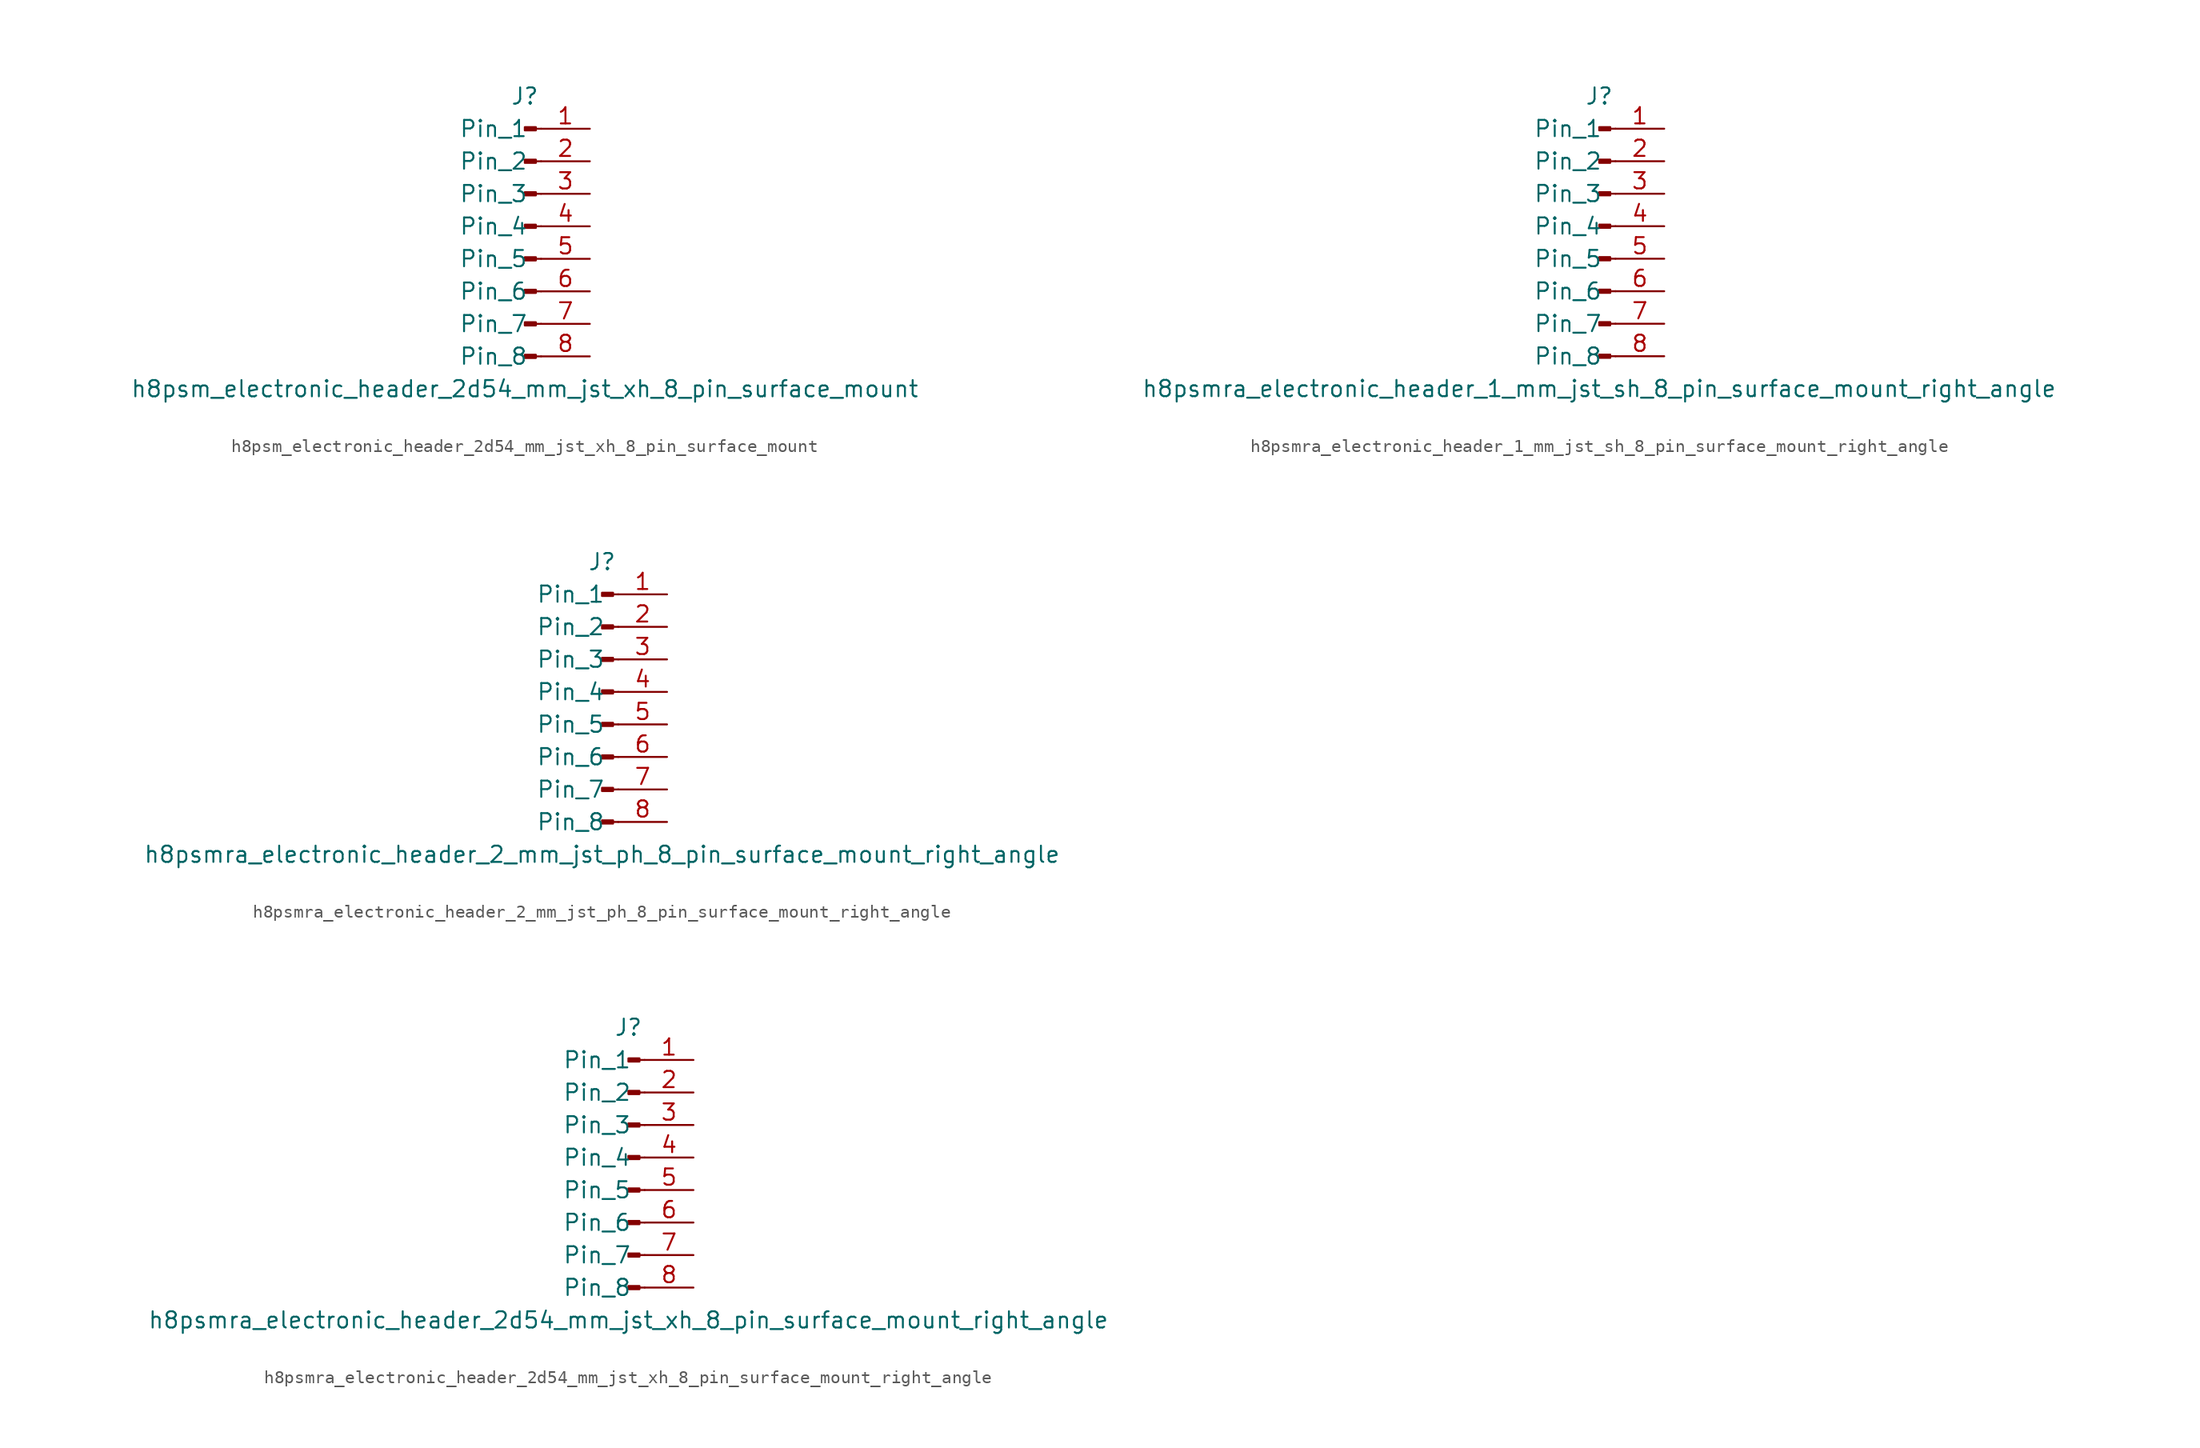
<source format=kicad_sym>
(kicad_symbol_lib
  (version 20220914)
  (generator kicad_symbol_editor)
  (symbol "h8psm_electronic_header_2d54_mm_jst_xh_8_pin_surface_mount"
    (pin_names
      (offset 1.016))
    (property "Reference" "J"
      (at 0 10.16 0)
      (effects (font (size 1.27 1.27))))
    (property "Value" "h8psm_electronic_header_2d54_mm_jst_xh_8_pin_surface_mount"
      (at 0 -12.7 0)
      (effects (font (size 1.27 1.27))))
    (property "ki_locked" ""
      (at 0 0 0)
      (effects (font (size 1.27 1.27))))
    (symbol "h8psm_electronic_header_2d54_mm_jst_xh_8_pin_surface_mount_1_1"
      (polyline (pts (xy 1.27 -10.16) (xy 0.864 -10.16)) (stroke (width 0.152) (type default)) (fill (type none)))
      (polyline (pts (xy 1.27 -7.62) (xy 0.864 -7.62)) (stroke (width 0.152) (type default)) (fill (type none)))
      (polyline (pts (xy 1.27 -5.08) (xy 0.864 -5.08)) (stroke (width 0.152) (type default)) (fill (type none)))
      (polyline (pts (xy 1.27 -2.54) (xy 0.864 -2.54)) (stroke (width 0.152) (type default)) (fill (type none)))
      (polyline (pts (xy 1.27 0) (xy 0.864 0)) (stroke (width 0.152) (type default)) (fill (type none)))
      (polyline (pts (xy 1.27 2.54) (xy 0.864 2.54)) (stroke (width 0.152) (type default)) (fill (type none)))
      (polyline (pts (xy 1.27 5.08) (xy 0.864 5.08)) (stroke (width 0.152) (type default)) (fill (type none)))
      (polyline (pts (xy 1.27 7.62) (xy 0.864 7.62)) (stroke (width 0.152) (type default)) (fill (type none)))
      (rectangle (start 0.864 -10.033) (end 0 -10.287) (stroke (width 0.152) (type default)) (fill (type outline)))
      (rectangle (start 0.864 -7.493) (end 0 -7.747) (stroke (width 0.152) (type default)) (fill (type outline)))
      (rectangle (start 0.864 -4.953) (end 0 -5.207) (stroke (width 0.152) (type default)) (fill (type outline)))
      (rectangle (start 0.864 -2.413) (end 0 -2.667) (stroke (width 0.152) (type default)) (fill (type outline)))
      (rectangle (start 0.864 0.127) (end 0 -0.127) (stroke (width 0.152) (type default)) (fill (type outline)))
      (rectangle (start 0.864 2.667) (end 0 2.413) (stroke (width 0.152) (type default)) (fill (type outline)))
      (rectangle (start 0.864 5.207) (end 0 4.953) (stroke (width 0.152) (type default)) (fill (type outline)))
      (rectangle (start 0.864 7.747) (end 0 7.493) (stroke (width 0.152) (type default)) (fill (type outline)))
      (pin passive line (at 5.08 7.62 180) (length 3.81) (name "Pin_1" (effects (font (size 1.27 1.27)))) (number "1" (effects (font (size 1.27 1.27)))))
      (pin passive line (at 5.08 5.08 180) (length 3.81) (name "Pin_2" (effects (font (size 1.27 1.27)))) (number "2" (effects (font (size 1.27 1.27)))))
      (pin passive line (at 5.08 2.54 180) (length 3.81) (name "Pin_3" (effects (font (size 1.27 1.27)))) (number "3" (effects (font (size 1.27 1.27)))))
      (pin passive line (at 5.08 0 180) (length 3.81) (name "Pin_4" (effects (font (size 1.27 1.27)))) (number "4" (effects (font (size 1.27 1.27)))))
      (pin passive line (at 5.08 -2.54 180) (length 3.81) (name "Pin_5" (effects (font (size 1.27 1.27)))) (number "5" (effects (font (size 1.27 1.27)))))
      (pin passive line (at 5.08 -5.08 180) (length 3.81) (name "Pin_6" (effects (font (size 1.27 1.27)))) (number "6" (effects (font (size 1.27 1.27)))))
      (pin passive line (at 5.08 -7.62 180) (length 3.81) (name "Pin_7" (effects (font (size 1.27 1.27)))) (number "7" (effects (font (size 1.27 1.27)))))
      (pin passive line (at 5.08 -10.16 180) (length 3.81) (name "Pin_8" (effects (font (size 1.27 1.27)))) (number "8" (effects (font (size 1.27 1.27)))))))
  (symbol "h8psmra_electronic_header_1_mm_jst_sh_8_pin_surface_mount_right_angle"
    (pin_names
      (offset 1.016))
    (property "Reference" "J"
      (at 0 10.16 0)
      (effects (font (size 1.27 1.27))))
    (property "Value" "h8psmra_electronic_header_1_mm_jst_sh_8_pin_surface_mount_right_angle"
      (at 0 -12.7 0)
      (effects (font (size 1.27 1.27))))
    (property "ki_locked" ""
      (at 0 0 0)
      (effects (font (size 1.27 1.27))))
    (symbol "h8psmra_electronic_header_1_mm_jst_sh_8_pin_surface_mount_right_angle_1_1"
      (polyline (pts (xy 1.27 -10.16) (xy 0.864 -10.16)) (stroke (width 0.152) (type default)) (fill (type none)))
      (polyline (pts (xy 1.27 -7.62) (xy 0.864 -7.62)) (stroke (width 0.152) (type default)) (fill (type none)))
      (polyline (pts (xy 1.27 -5.08) (xy 0.864 -5.08)) (stroke (width 0.152) (type default)) (fill (type none)))
      (polyline (pts (xy 1.27 -2.54) (xy 0.864 -2.54)) (stroke (width 0.152) (type default)) (fill (type none)))
      (polyline (pts (xy 1.27 0) (xy 0.864 0)) (stroke (width 0.152) (type default)) (fill (type none)))
      (polyline (pts (xy 1.27 2.54) (xy 0.864 2.54)) (stroke (width 0.152) (type default)) (fill (type none)))
      (polyline (pts (xy 1.27 5.08) (xy 0.864 5.08)) (stroke (width 0.152) (type default)) (fill (type none)))
      (polyline (pts (xy 1.27 7.62) (xy 0.864 7.62)) (stroke (width 0.152) (type default)) (fill (type none)))
      (rectangle (start 0.864 -10.033) (end 0 -10.287) (stroke (width 0.152) (type default)) (fill (type outline)))
      (rectangle (start 0.864 -7.493) (end 0 -7.747) (stroke (width 0.152) (type default)) (fill (type outline)))
      (rectangle (start 0.864 -4.953) (end 0 -5.207) (stroke (width 0.152) (type default)) (fill (type outline)))
      (rectangle (start 0.864 -2.413) (end 0 -2.667) (stroke (width 0.152) (type default)) (fill (type outline)))
      (rectangle (start 0.864 0.127) (end 0 -0.127) (stroke (width 0.152) (type default)) (fill (type outline)))
      (rectangle (start 0.864 2.667) (end 0 2.413) (stroke (width 0.152) (type default)) (fill (type outline)))
      (rectangle (start 0.864 5.207) (end 0 4.953) (stroke (width 0.152) (type default)) (fill (type outline)))
      (rectangle (start 0.864 7.747) (end 0 7.493) (stroke (width 0.152) (type default)) (fill (type outline)))
      (pin passive line (at 5.08 7.62 180) (length 3.81) (name "Pin_1" (effects (font (size 1.27 1.27)))) (number "1" (effects (font (size 1.27 1.27)))))
      (pin passive line (at 5.08 5.08 180) (length 3.81) (name "Pin_2" (effects (font (size 1.27 1.27)))) (number "2" (effects (font (size 1.27 1.27)))))
      (pin passive line (at 5.08 2.54 180) (length 3.81) (name "Pin_3" (effects (font (size 1.27 1.27)))) (number "3" (effects (font (size 1.27 1.27)))))
      (pin passive line (at 5.08 0 180) (length 3.81) (name "Pin_4" (effects (font (size 1.27 1.27)))) (number "4" (effects (font (size 1.27 1.27)))))
      (pin passive line (at 5.08 -2.54 180) (length 3.81) (name "Pin_5" (effects (font (size 1.27 1.27)))) (number "5" (effects (font (size 1.27 1.27)))))
      (pin passive line (at 5.08 -5.08 180) (length 3.81) (name "Pin_6" (effects (font (size 1.27 1.27)))) (number "6" (effects (font (size 1.27 1.27)))))
      (pin passive line (at 5.08 -7.62 180) (length 3.81) (name "Pin_7" (effects (font (size 1.27 1.27)))) (number "7" (effects (font (size 1.27 1.27)))))
      (pin passive line (at 5.08 -10.16 180) (length 3.81) (name "Pin_8" (effects (font (size 1.27 1.27)))) (number "8" (effects (font (size 1.27 1.27)))))))
  (symbol "h8psmra_electronic_header_2_mm_jst_ph_8_pin_surface_mount_right_angle"
    (pin_names
      (offset 1.016))
    (property "Reference" "J"
      (at 0 10.16 0)
      (effects (font (size 1.27 1.27))))
    (property "Value" "h8psmra_electronic_header_2_mm_jst_ph_8_pin_surface_mount_right_angle"
      (at 0 -12.7 0)
      (effects (font (size 1.27 1.27))))
    (property "ki_locked" ""
      (at 0 0 0)
      (effects (font (size 1.27 1.27))))
    (symbol "h8psmra_electronic_header_2_mm_jst_ph_8_pin_surface_mount_right_angle_1_1"
      (polyline (pts (xy 1.27 -10.16) (xy 0.864 -10.16)) (stroke (width 0.152) (type default)) (fill (type none)))
      (polyline (pts (xy 1.27 -7.62) (xy 0.864 -7.62)) (stroke (width 0.152) (type default)) (fill (type none)))
      (polyline (pts (xy 1.27 -5.08) (xy 0.864 -5.08)) (stroke (width 0.152) (type default)) (fill (type none)))
      (polyline (pts (xy 1.27 -2.54) (xy 0.864 -2.54)) (stroke (width 0.152) (type default)) (fill (type none)))
      (polyline (pts (xy 1.27 0) (xy 0.864 0)) (stroke (width 0.152) (type default)) (fill (type none)))
      (polyline (pts (xy 1.27 2.54) (xy 0.864 2.54)) (stroke (width 0.152) (type default)) (fill (type none)))
      (polyline (pts (xy 1.27 5.08) (xy 0.864 5.08)) (stroke (width 0.152) (type default)) (fill (type none)))
      (polyline (pts (xy 1.27 7.62) (xy 0.864 7.62)) (stroke (width 0.152) (type default)) (fill (type none)))
      (rectangle (start 0.864 -10.033) (end 0 -10.287) (stroke (width 0.152) (type default)) (fill (type outline)))
      (rectangle (start 0.864 -7.493) (end 0 -7.747) (stroke (width 0.152) (type default)) (fill (type outline)))
      (rectangle (start 0.864 -4.953) (end 0 -5.207) (stroke (width 0.152) (type default)) (fill (type outline)))
      (rectangle (start 0.864 -2.413) (end 0 -2.667) (stroke (width 0.152) (type default)) (fill (type outline)))
      (rectangle (start 0.864 0.127) (end 0 -0.127) (stroke (width 0.152) (type default)) (fill (type outline)))
      (rectangle (start 0.864 2.667) (end 0 2.413) (stroke (width 0.152) (type default)) (fill (type outline)))
      (rectangle (start 0.864 5.207) (end 0 4.953) (stroke (width 0.152) (type default)) (fill (type outline)))
      (rectangle (start 0.864 7.747) (end 0 7.493) (stroke (width 0.152) (type default)) (fill (type outline)))
      (pin passive line (at 5.08 7.62 180) (length 3.81) (name "Pin_1" (effects (font (size 1.27 1.27)))) (number "1" (effects (font (size 1.27 1.27)))))
      (pin passive line (at 5.08 5.08 180) (length 3.81) (name "Pin_2" (effects (font (size 1.27 1.27)))) (number "2" (effects (font (size 1.27 1.27)))))
      (pin passive line (at 5.08 2.54 180) (length 3.81) (name "Pin_3" (effects (font (size 1.27 1.27)))) (number "3" (effects (font (size 1.27 1.27)))))
      (pin passive line (at 5.08 0 180) (length 3.81) (name "Pin_4" (effects (font (size 1.27 1.27)))) (number "4" (effects (font (size 1.27 1.27)))))
      (pin passive line (at 5.08 -2.54 180) (length 3.81) (name "Pin_5" (effects (font (size 1.27 1.27)))) (number "5" (effects (font (size 1.27 1.27)))))
      (pin passive line (at 5.08 -5.08 180) (length 3.81) (name "Pin_6" (effects (font (size 1.27 1.27)))) (number "6" (effects (font (size 1.27 1.27)))))
      (pin passive line (at 5.08 -7.62 180) (length 3.81) (name "Pin_7" (effects (font (size 1.27 1.27)))) (number "7" (effects (font (size 1.27 1.27)))))
      (pin passive line (at 5.08 -10.16 180) (length 3.81) (name "Pin_8" (effects (font (size 1.27 1.27)))) (number "8" (effects (font (size 1.27 1.27)))))))
  (symbol "h8psmra_electronic_header_2d54_mm_jst_xh_8_pin_surface_mount_right_angle"
    (pin_names
      (offset 1.016))
    (property "Reference" "J"
      (at 0 10.16 0)
      (effects (font (size 1.27 1.27))))
    (property "Value" "h8psmra_electronic_header_2d54_mm_jst_xh_8_pin_surface_mount_right_angle"
      (at 0 -12.7 0)
      (effects (font (size 1.27 1.27))))
    (property "ki_locked" ""
      (at 0 0 0)
      (effects (font (size 1.27 1.27))))
    (symbol "h8psmra_electronic_header_2d54_mm_jst_xh_8_pin_surface_mount_right_angle_1_1"
      (polyline (pts (xy 1.27 -10.16) (xy 0.864 -10.16)) (stroke (width 0.152) (type default)) (fill (type none)))
      (polyline (pts (xy 1.27 -7.62) (xy 0.864 -7.62)) (stroke (width 0.152) (type default)) (fill (type none)))
      (polyline (pts (xy 1.27 -5.08) (xy 0.864 -5.08)) (stroke (width 0.152) (type default)) (fill (type none)))
      (polyline (pts (xy 1.27 -2.54) (xy 0.864 -2.54)) (stroke (width 0.152) (type default)) (fill (type none)))
      (polyline (pts (xy 1.27 0) (xy 0.864 0)) (stroke (width 0.152) (type default)) (fill (type none)))
      (polyline (pts (xy 1.27 2.54) (xy 0.864 2.54)) (stroke (width 0.152) (type default)) (fill (type none)))
      (polyline (pts (xy 1.27 5.08) (xy 0.864 5.08)) (stroke (width 0.152) (type default)) (fill (type none)))
      (polyline (pts (xy 1.27 7.62) (xy 0.864 7.62)) (stroke (width 0.152) (type default)) (fill (type none)))
      (rectangle (start 0.864 -10.033) (end 0 -10.287) (stroke (width 0.152) (type default)) (fill (type outline)))
      (rectangle (start 0.864 -7.493) (end 0 -7.747) (stroke (width 0.152) (type default)) (fill (type outline)))
      (rectangle (start 0.864 -4.953) (end 0 -5.207) (stroke (width 0.152) (type default)) (fill (type outline)))
      (rectangle (start 0.864 -2.413) (end 0 -2.667) (stroke (width 0.152) (type default)) (fill (type outline)))
      (rectangle (start 0.864 0.127) (end 0 -0.127) (stroke (width 0.152) (type default)) (fill (type outline)))
      (rectangle (start 0.864 2.667) (end 0 2.413) (stroke (width 0.152) (type default)) (fill (type outline)))
      (rectangle (start 0.864 5.207) (end 0 4.953) (stroke (width 0.152) (type default)) (fill (type outline)))
      (rectangle (start 0.864 7.747) (end 0 7.493) (stroke (width 0.152) (type default)) (fill (type outline)))
      (pin passive line (at 5.08 7.62 180) (length 3.81) (name "Pin_1" (effects (font (size 1.27 1.27)))) (number "1" (effects (font (size 1.27 1.27)))))
      (pin passive line (at 5.08 5.08 180) (length 3.81) (name "Pin_2" (effects (font (size 1.27 1.27)))) (number "2" (effects (font (size 1.27 1.27)))))
      (pin passive line (at 5.08 2.54 180) (length 3.81) (name "Pin_3" (effects (font (size 1.27 1.27)))) (number "3" (effects (font (size 1.27 1.27)))))
      (pin passive line (at 5.08 0 180) (length 3.81) (name "Pin_4" (effects (font (size 1.27 1.27)))) (number "4" (effects (font (size 1.27 1.27)))))
      (pin passive line (at 5.08 -2.54 180) (length 3.81) (name "Pin_5" (effects (font (size 1.27 1.27)))) (number "5" (effects (font (size 1.27 1.27)))))
      (pin passive line (at 5.08 -5.08 180) (length 3.81) (name "Pin_6" (effects (font (size 1.27 1.27)))) (number "6" (effects (font (size 1.27 1.27)))))
      (pin passive line (at 5.08 -7.62 180) (length 3.81) (name "Pin_7" (effects (font (size 1.27 1.27)))) (number "7" (effects (font (size 1.27 1.27)))))
      (pin passive line (at 5.08 -10.16 180) (length 3.81) (name "Pin_8" (effects (font (size 1.27 1.27)))) (number "8" (effects (font (size 1.27 1.27))))))))
</source>
